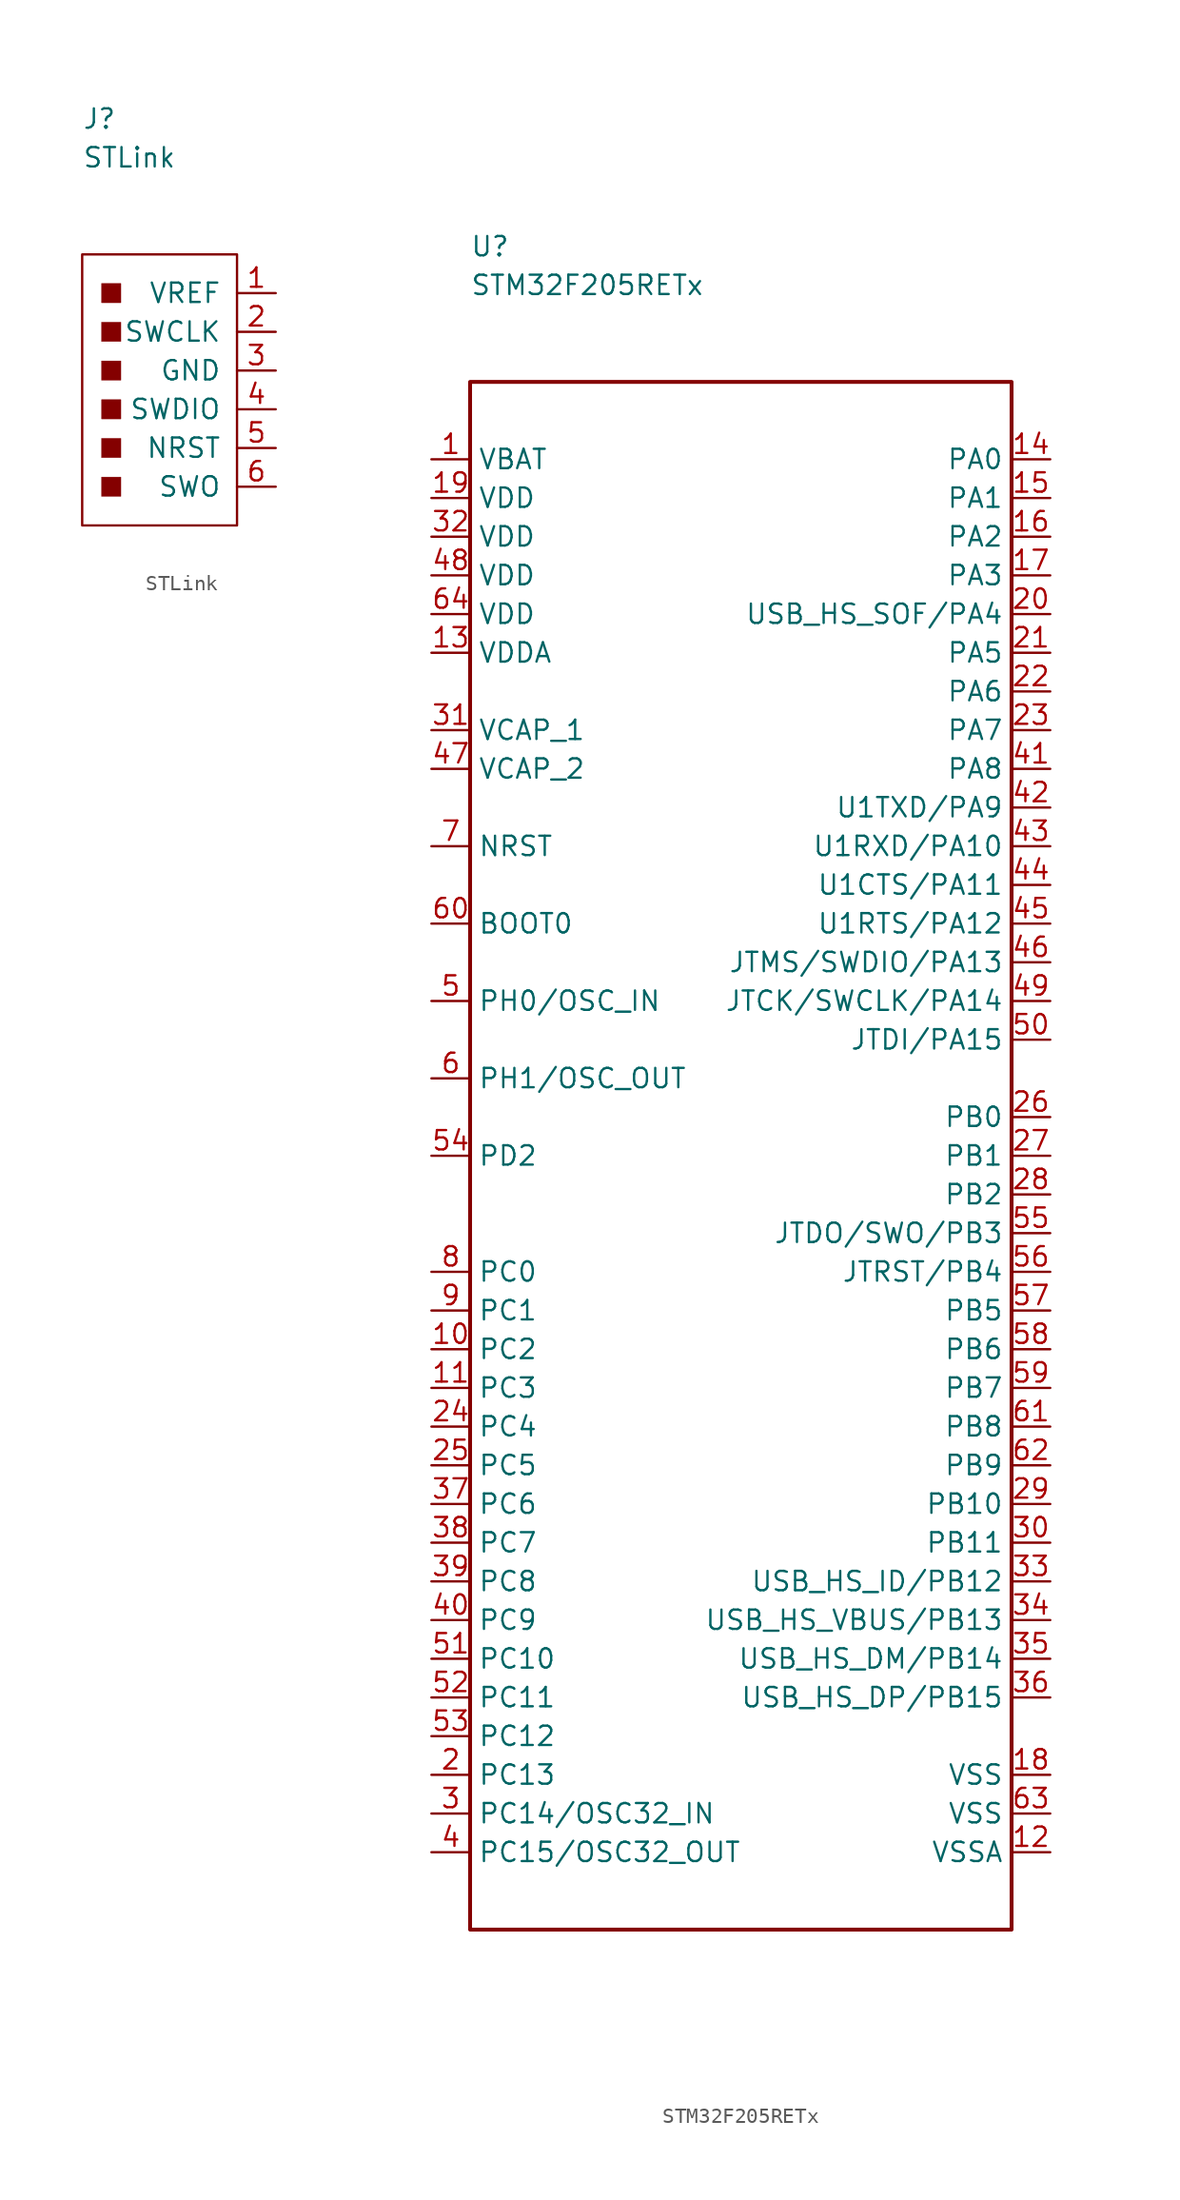
<source format=kicad_sym>
(kicad_symbol_lib
  (version 20211014)
  (generator kicad_symbol_editor)
  (symbol "STLink"
    (pin_names
      (offset 1.016))
    (property "Reference" "J"
      (at 0 8.89 0)
      (effects (font (size 1.27 1.27)) (justify left)))
    (property "Value" "STLink"
      (at 0 6.35 0)
      (effects (font (size 1.27 1.27)) (justify left)))
    (symbol "STLink_0_1"
      (rectangle (start 0 0) (end 10.16 -17.78) (stroke (width 0.152) (type default) (color 0 0 0 0)) (fill (type none)))
      (rectangle (start 1.27 -14.605) (end 2.54 -15.875) (stroke (width 0.001) (type default) (color 0 0 0 0)) (fill (type outline)))
      (rectangle (start 1.27 -12.065) (end 2.54 -13.335) (stroke (width 0.001) (type default) (color 0 0 0 0)) (fill (type outline)))
      (rectangle (start 1.27 -9.525) (end 2.54 -10.795) (stroke (width 0.001) (type default) (color 0 0 0 0)) (fill (type outline)))
      (rectangle (start 1.27 -6.985) (end 2.54 -8.255) (stroke (width 0.001) (type default) (color 0 0 0 0)) (fill (type outline)))
      (rectangle (start 1.27 -4.445) (end 2.54 -5.715) (stroke (width 0.001) (type default) (color 0 0 0 0)) (fill (type outline)))
      (rectangle (start 1.27 -1.905) (end 2.54 -3.175) (stroke (width 0.001) (type default) (color 0 0 0 0)) (fill (type outline))))
    (symbol "STLink_1_1"
      (pin passive line (at 12.7 -2.54 180) (length 2.54) (name "VREF" (effects (font (size 1.27 1.27)))) (number "1" (effects (font (size 1.27 1.27)))))
      (pin passive line (at 12.7 -5.08 180) (length 2.54) (name "SWCLK" (effects (font (size 1.27 1.27)))) (number "2" (effects (font (size 1.27 1.27)))))
      (pin passive line (at 12.7 -7.62 180) (length 2.54) (name "GND" (effects (font (size 1.27 1.27)))) (number "3" (effects (font (size 1.27 1.27)))))
      (pin passive line (at 12.7 -10.16 180) (length 2.54) (name "SWDIO" (effects (font (size 1.27 1.27)))) (number "4" (effects (font (size 1.27 1.27)))))
      (pin passive line (at 12.7 -12.7 180) (length 2.54) (name "NRST" (effects (font (size 1.27 1.27)))) (number "5" (effects (font (size 1.27 1.27)))))
      (pin passive line (at 12.7 -15.24 180) (length 2.54) (name "SWO" (effects (font (size 1.27 1.27)))) (number "6" (effects (font (size 1.27 1.27)))))))
  (symbol "STM32F205RETx"
    (property "Reference" "U"
      (at 0 8.89 0)
      (effects (font (size 1.27 1.27)) (justify left)))
    (property "Value" "STM32F205RETx"
      (at 0 6.35 0)
      (effects (font (size 1.27 1.27)) (justify left)))
    (symbol "STM32F205RETx_0_1"
      (rectangle (start 0 0) (end 35.56 -101.6) (stroke (width 0.254) (type default) (color 0 0 0 0)) (fill (type none))))
    (symbol "STM32F205RETx_1_1"
      (pin power_in line (at -2.54 -5.08 0) (length 2.54) (name "VBAT" (effects (font (size 1.27 1.27)))) (number "1" (effects (font (size 1.27 1.27)))))
      (pin bidirectional line (at -2.54 -63.5 0) (length 2.54) (name "PC2" (effects (font (size 1.27 1.27)))) (number "10" (effects (font (size 1.27 1.27)))))
      (pin bidirectional line (at -2.54 -66.04 0) (length 2.54) (name "PC3" (effects (font (size 1.27 1.27)))) (number "11" (effects (font (size 1.27 1.27)))))
      (pin power_in line (at 38.1 -96.52 180) (length 2.54) (name "VSSA" (effects (font (size 1.27 1.27)))) (number "12" (effects (font (size 1.27 1.27)))))
      (pin power_in line (at -2.54 -17.78 0) (length 2.54) (name "VDDA" (effects (font (size 1.27 1.27)))) (number "13" (effects (font (size 1.27 1.27)))))
      (pin bidirectional line (at 38.1 -5.08 180) (length 2.54) (name "PA0" (effects (font (size 1.27 1.27)))) (number "14" (effects (font (size 1.27 1.27)))))
      (pin bidirectional line (at 38.1 -7.62 180) (length 2.54) (name "PA1" (effects (font (size 1.27 1.27)))) (number "15" (effects (font (size 1.27 1.27)))))
      (pin bidirectional line (at 38.1 -10.16 180) (length 2.54) (name "PA2" (effects (font (size 1.27 1.27)))) (number "16" (effects (font (size 1.27 1.27)))))
      (pin bidirectional line (at 38.1 -12.7 180) (length 2.54) (name "PA3" (effects (font (size 1.27 1.27)))) (number "17" (effects (font (size 1.27 1.27)))))
      (pin power_in line (at 38.1 -91.44 180) (length 2.54) (name "VSS" (effects (font (size 1.27 1.27)))) (number "18" (effects (font (size 1.27 1.27)))))
      (pin power_in line (at -2.54 -7.62 0) (length 2.54) (name "VDD" (effects (font (size 1.27 1.27)))) (number "19" (effects (font (size 1.27 1.27)))))
      (pin bidirectional line (at -2.54 -91.44 0) (length 2.54) (name "PC13" (effects (font (size 1.27 1.27)))) (number "2" (effects (font (size 1.27 1.27)))))
      (pin bidirectional line (at 38.1 -15.24 180) (length 2.54) (name "USB_HS_SOF/PA4" (effects (font (size 1.27 1.27)))) (number "20" (effects (font (size 1.27 1.27)))))
      (pin bidirectional line (at 38.1 -17.78 180) (length 2.54) (name "PA5" (effects (font (size 1.27 1.27)))) (number "21" (effects (font (size 1.27 1.27)))))
      (pin bidirectional line (at 38.1 -20.32 180) (length 2.54) (name "PA6" (effects (font (size 1.27 1.27)))) (number "22" (effects (font (size 1.27 1.27)))))
      (pin bidirectional line (at 38.1 -22.86 180) (length 2.54) (name "PA7" (effects (font (size 1.27 1.27)))) (number "23" (effects (font (size 1.27 1.27)))))
      (pin bidirectional line (at -2.54 -68.58 0) (length 2.54) (name "PC4" (effects (font (size 1.27 1.27)))) (number "24" (effects (font (size 1.27 1.27)))))
      (pin bidirectional line (at -2.54 -71.12 0) (length 2.54) (name "PC5" (effects (font (size 1.27 1.27)))) (number "25" (effects (font (size 1.27 1.27)))))
      (pin bidirectional line (at 38.1 -48.26 180) (length 2.54) (name "PB0" (effects (font (size 1.27 1.27)))) (number "26" (effects (font (size 1.27 1.27)))))
      (pin bidirectional line (at 38.1 -50.8 180) (length 2.54) (name "PB1" (effects (font (size 1.27 1.27)))) (number "27" (effects (font (size 1.27 1.27)))))
      (pin bidirectional line (at 38.1 -53.34 180) (length 2.54) (name "PB2" (effects (font (size 1.27 1.27)))) (number "28" (effects (font (size 1.27 1.27)))))
      (pin bidirectional line (at 38.1 -73.66 180) (length 2.54) (name "PB10" (effects (font (size 1.27 1.27)))) (number "29" (effects (font (size 1.27 1.27)))))
      (pin bidirectional line (at -2.54 -93.98 0) (length 2.54) (name "PC14/OSC32_IN" (effects (font (size 1.27 1.27)))) (number "3" (effects (font (size 1.27 1.27)))))
      (pin bidirectional line (at 38.1 -76.2 180) (length 2.54) (name "PB11" (effects (font (size 1.27 1.27)))) (number "30" (effects (font (size 1.27 1.27)))))
      (pin power_in line (at -2.54 -22.86 0) (length 2.54) (name "VCAP_1" (effects (font (size 1.27 1.27)))) (number "31" (effects (font (size 1.27 1.27)))))
      (pin power_in line (at -2.54 -10.16 0) (length 2.54) (name "VDD" (effects (font (size 1.27 1.27)))) (number "32" (effects (font (size 1.27 1.27)))))
      (pin bidirectional line (at 38.1 -78.74 180) (length 2.54) (name "USB_HS_ID/PB12" (effects (font (size 1.27 1.27)))) (number "33" (effects (font (size 1.27 1.27)))))
      (pin bidirectional line (at 38.1 -81.28 180) (length 2.54) (name "USB_HS_VBUS/PB13" (effects (font (size 1.27 1.27)))) (number "34" (effects (font (size 1.27 1.27)))))
      (pin bidirectional line (at 38.1 -83.82 180) (length 2.54) (name "USB_HS_DM/PB14" (effects (font (size 1.27 1.27)))) (number "35" (effects (font (size 1.27 1.27)))))
      (pin bidirectional line (at 38.1 -86.36 180) (length 2.54) (name "USB_HS_DP/PB15" (effects (font (size 1.27 1.27)))) (number "36" (effects (font (size 1.27 1.27)))))
      (pin bidirectional line (at -2.54 -73.66 0) (length 2.54) (name "PC6" (effects (font (size 1.27 1.27)))) (number "37" (effects (font (size 1.27 1.27)))))
      (pin bidirectional line (at -2.54 -76.2 0) (length 2.54) (name "PC7" (effects (font (size 1.27 1.27)))) (number "38" (effects (font (size 1.27 1.27)))))
      (pin bidirectional line (at -2.54 -78.74 0) (length 2.54) (name "PC8" (effects (font (size 1.27 1.27)))) (number "39" (effects (font (size 1.27 1.27)))))
      (pin bidirectional line (at -2.54 -96.52 0) (length 2.54) (name "PC15/OSC32_OUT" (effects (font (size 1.27 1.27)))) (number "4" (effects (font (size 1.27 1.27)))))
      (pin bidirectional line (at -2.54 -81.28 0) (length 2.54) (name "PC9" (effects (font (size 1.27 1.27)))) (number "40" (effects (font (size 1.27 1.27)))))
      (pin bidirectional line (at 38.1 -25.4 180) (length 2.54) (name "PA8" (effects (font (size 1.27 1.27)))) (number "41" (effects (font (size 1.27 1.27)))))
      (pin bidirectional line (at 38.1 -27.94 180) (length 2.54) (name "U1TXD/PA9" (effects (font (size 1.27 1.27)))) (number "42" (effects (font (size 1.27 1.27)))))
      (pin bidirectional line (at 38.1 -30.48 180) (length 2.54) (name "U1RXD/PA10" (effects (font (size 1.27 1.27)))) (number "43" (effects (font (size 1.27 1.27)))))
      (pin bidirectional line (at 38.1 -33.02 180) (length 2.54) (name "U1CTS/PA11" (effects (font (size 1.27 1.27)))) (number "44" (effects (font (size 1.27 1.27)))))
      (pin bidirectional line (at 38.1 -35.56 180) (length 2.54) (name "U1RTS/PA12" (effects (font (size 1.27 1.27)))) (number "45" (effects (font (size 1.27 1.27)))))
      (pin bidirectional line (at 38.1 -38.1 180) (length 2.54) (name "JTMS/SWDIO/PA13" (effects (font (size 1.27 1.27)))) (number "46" (effects (font (size 1.27 1.27)))))
      (pin power_in line (at -2.54 -25.4 0) (length 2.54) (name "VCAP_2" (effects (font (size 1.27 1.27)))) (number "47" (effects (font (size 1.27 1.27)))))
      (pin power_in line (at -2.54 -12.7 0) (length 2.54) (name "VDD" (effects (font (size 1.27 1.27)))) (number "48" (effects (font (size 1.27 1.27)))))
      (pin bidirectional line (at 38.1 -40.64 180) (length 2.54) (name "JTCK/SWCLK/PA14" (effects (font (size 1.27 1.27)))) (number "49" (effects (font (size 1.27 1.27)))))
      (pin input line (at -2.54 -40.64 0) (length 2.54) (name "PH0/OSC_IN" (effects (font (size 1.27 1.27)))) (number "5" (effects (font (size 1.27 1.27)))))
      (pin bidirectional line (at 38.1 -43.18 180) (length 2.54) (name "JTDI/PA15" (effects (font (size 1.27 1.27)))) (number "50" (effects (font (size 1.27 1.27)))))
      (pin bidirectional line (at -2.54 -83.82 0) (length 2.54) (name "PC10" (effects (font (size 1.27 1.27)))) (number "51" (effects (font (size 1.27 1.27)))))
      (pin bidirectional line (at -2.54 -86.36 0) (length 2.54) (name "PC11" (effects (font (size 1.27 1.27)))) (number "52" (effects (font (size 1.27 1.27)))))
      (pin bidirectional line (at -2.54 -88.9 0) (length 2.54) (name "PC12" (effects (font (size 1.27 1.27)))) (number "53" (effects (font (size 1.27 1.27)))))
      (pin bidirectional line (at -2.54 -50.8 0) (length 2.54) (name "PD2" (effects (font (size 1.27 1.27)))) (number "54" (effects (font (size 1.27 1.27)))))
      (pin bidirectional line (at 38.1 -55.88 180) (length 2.54) (name "JTDO/SWO/PB3" (effects (font (size 1.27 1.27)))) (number "55" (effects (font (size 1.27 1.27)))))
      (pin bidirectional line (at 38.1 -58.42 180) (length 2.54) (name "JTRST/PB4" (effects (font (size 1.27 1.27)))) (number "56" (effects (font (size 1.27 1.27)))))
      (pin bidirectional line (at 38.1 -60.96 180) (length 2.54) (name "PB5" (effects (font (size 1.27 1.27)))) (number "57" (effects (font (size 1.27 1.27)))))
      (pin bidirectional line (at 38.1 -63.5 180) (length 2.54) (name "PB6" (effects (font (size 1.27 1.27)))) (number "58" (effects (font (size 1.27 1.27)))))
      (pin bidirectional line (at 38.1 -66.04 180) (length 2.54) (name "PB7" (effects (font (size 1.27 1.27)))) (number "59" (effects (font (size 1.27 1.27)))))
      (pin input line (at -2.54 -45.72 0) (length 2.54) (name "PH1/OSC_OUT" (effects (font (size 1.27 1.27)))) (number "6" (effects (font (size 1.27 1.27)))))
      (pin input line (at -2.54 -35.56 0) (length 2.54) (name "BOOT0" (effects (font (size 1.27 1.27)))) (number "60" (effects (font (size 1.27 1.27)))))
      (pin bidirectional line (at 38.1 -68.58 180) (length 2.54) (name "PB8" (effects (font (size 1.27 1.27)))) (number "61" (effects (font (size 1.27 1.27)))))
      (pin bidirectional line (at 38.1 -71.12 180) (length 2.54) (name "PB9" (effects (font (size 1.27 1.27)))) (number "62" (effects (font (size 1.27 1.27)))))
      (pin power_in line (at 38.1 -93.98 180) (length 2.54) (name "VSS" (effects (font (size 1.27 1.27)))) (number "63" (effects (font (size 1.27 1.27)))))
      (pin power_in line (at -2.54 -15.24 0) (length 2.54) (name "VDD" (effects (font (size 1.27 1.27)))) (number "64" (effects (font (size 1.27 1.27)))))
      (pin input line (at -2.54 -30.48 0) (length 2.54) (name "NRST" (effects (font (size 1.27 1.27)))) (number "7" (effects (font (size 1.27 1.27)))))
      (pin bidirectional line (at -2.54 -58.42 0) (length 2.54) (name "PC0" (effects (font (size 1.27 1.27)))) (number "8" (effects (font (size 1.27 1.27)))))
      (pin bidirectional line (at -2.54 -60.96 0) (length 2.54) (name "PC1" (effects (font (size 1.27 1.27)))) (number "9" (effects (font (size 1.27 1.27))))))))
</source>
